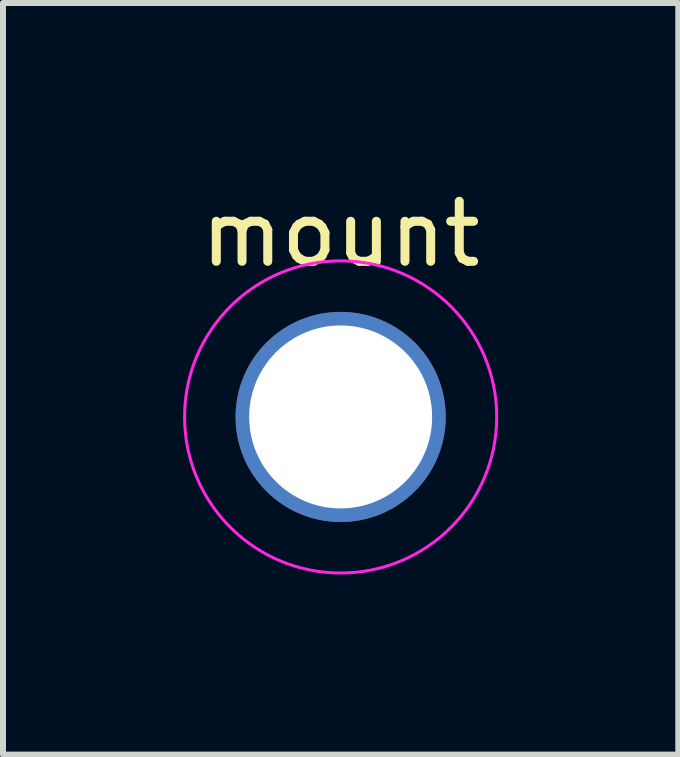
<source format=kicad_pcb>
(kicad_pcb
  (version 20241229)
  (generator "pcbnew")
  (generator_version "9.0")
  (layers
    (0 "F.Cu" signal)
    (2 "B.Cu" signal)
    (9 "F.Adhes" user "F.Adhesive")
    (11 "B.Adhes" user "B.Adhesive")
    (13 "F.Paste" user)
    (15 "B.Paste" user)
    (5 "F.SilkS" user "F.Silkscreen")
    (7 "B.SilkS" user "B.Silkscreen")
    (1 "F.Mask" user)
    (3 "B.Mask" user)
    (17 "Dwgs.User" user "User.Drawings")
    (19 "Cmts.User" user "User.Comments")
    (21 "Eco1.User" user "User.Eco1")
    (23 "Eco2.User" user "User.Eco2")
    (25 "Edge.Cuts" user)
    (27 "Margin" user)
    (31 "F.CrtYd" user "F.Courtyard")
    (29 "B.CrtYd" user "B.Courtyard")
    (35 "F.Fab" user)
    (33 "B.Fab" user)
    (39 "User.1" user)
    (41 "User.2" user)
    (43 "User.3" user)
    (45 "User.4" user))
  (footprint "mount"
    (layer "F.Cu")
    (at 2.625 3.896)
    (property "Reference" "mount" (at 0 -3.048 0) (layer "F.SilkS") (effects (font (size 1 1) (thickness 0.15))))
    (attr through_hole)
    (fp_circle (center 0 0) (end 2.6 0) (stroke (width 0.05) (type solid)) (fill no) (layer "F.CrtYd"))
    (pad "0" thru_hole circle (at 0 0) (size 3.5 3.5) (drill 3.048) (layers "*.Cu" "*.Mask")))
  (gr_rect
    (start -3 -3)
    (end 8.25 9.521)
    (stroke (width 0.1) (type default))
    (fill no)
    (layer "Edge.Cuts")))
</source>
